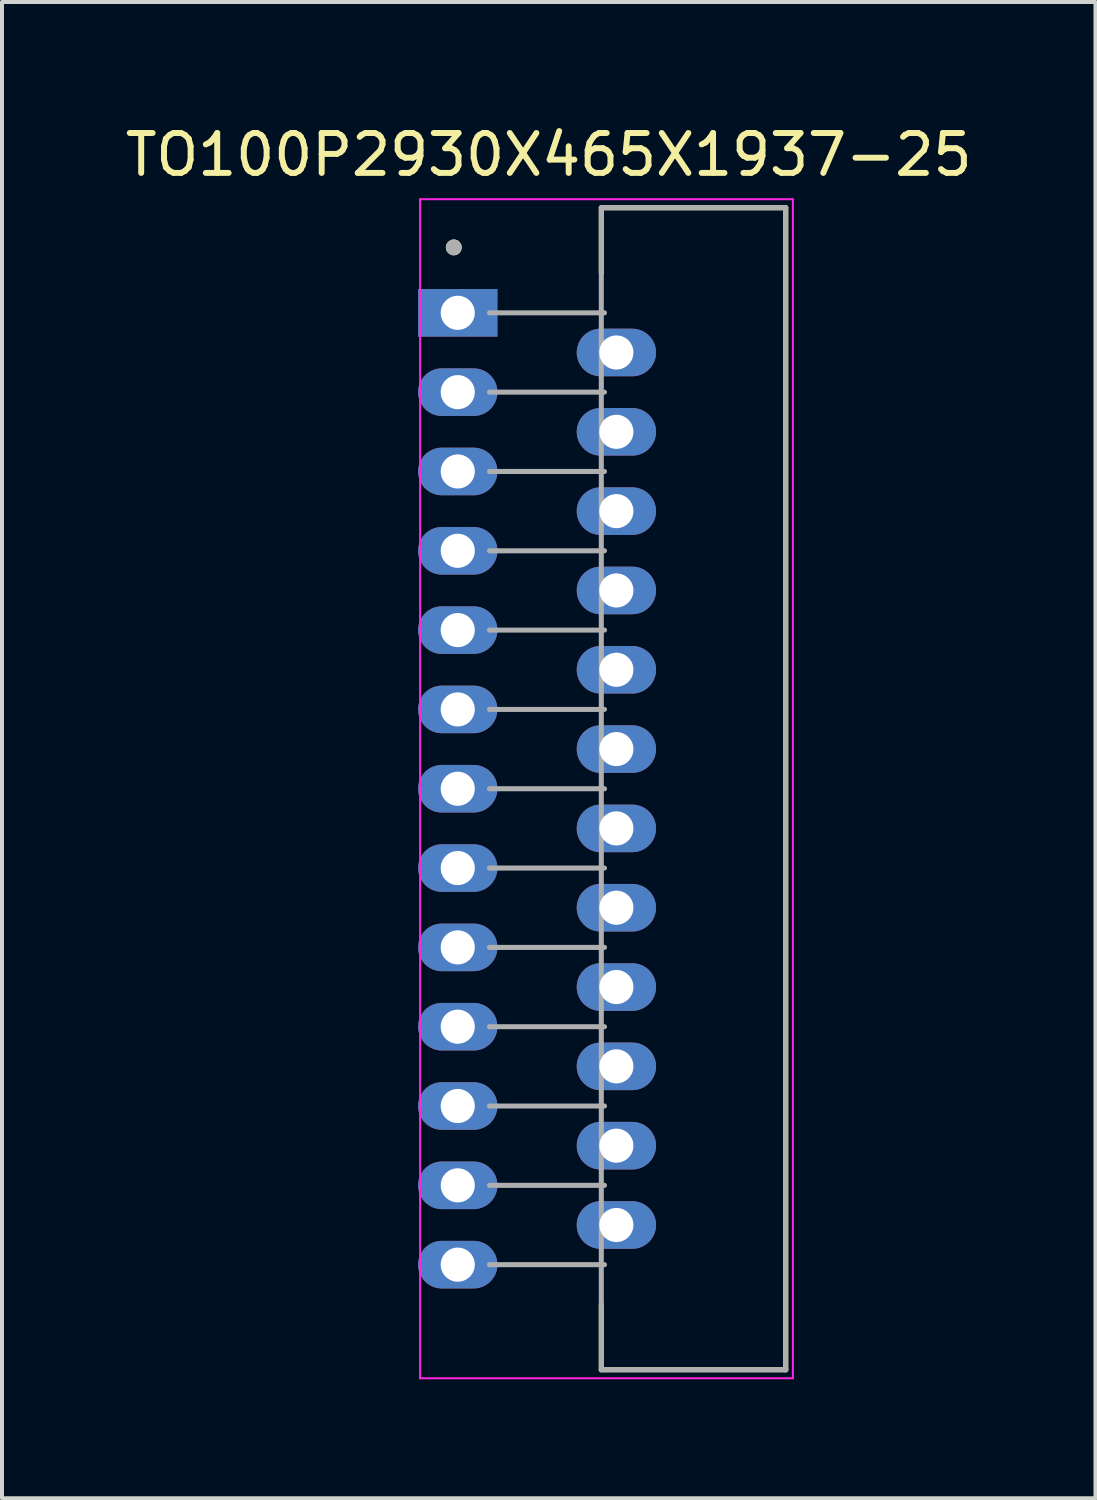
<source format=kicad_pcb>
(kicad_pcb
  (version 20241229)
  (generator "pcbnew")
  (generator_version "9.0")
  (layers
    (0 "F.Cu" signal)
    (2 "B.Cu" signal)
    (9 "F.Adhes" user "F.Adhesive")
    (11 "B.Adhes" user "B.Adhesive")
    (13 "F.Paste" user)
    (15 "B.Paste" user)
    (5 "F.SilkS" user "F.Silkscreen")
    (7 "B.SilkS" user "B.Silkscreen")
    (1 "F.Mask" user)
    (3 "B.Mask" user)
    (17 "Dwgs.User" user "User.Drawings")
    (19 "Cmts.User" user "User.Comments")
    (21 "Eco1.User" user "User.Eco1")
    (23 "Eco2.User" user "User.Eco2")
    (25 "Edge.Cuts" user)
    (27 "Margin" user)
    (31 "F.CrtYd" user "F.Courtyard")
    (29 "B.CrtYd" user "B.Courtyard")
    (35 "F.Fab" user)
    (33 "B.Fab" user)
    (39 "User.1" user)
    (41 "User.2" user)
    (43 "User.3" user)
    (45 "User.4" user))
  (footprint "TO100P2930X465X1937-25"
    (layer "F.Cu")
    (at 8.492 4.838)
    (property "Reference" "TO100P2930X465X1937-25" (at 2.294 -3.986 0) (layer "F.SilkS") (effects (font (size 1.006 1.006) (thickness 0.15))))
    (attr through_hole)
    (fp_line (start 3.62 -2.65) (end 8.27 -2.65) (stroke (width 0.127) (type solid)) (layer "F.SilkS"))
    (fp_line (start 3.62 -1) (end 3.62 -2.65) (stroke (width 0.127) (type solid)) (layer "F.SilkS"))
    (fp_line (start 3.62 25) (end 3.62 26.65) (stroke (width 0.127) (type solid)) (layer "F.SilkS"))
    (fp_line (start 8.27 -2.65) (end 8.27 26.65) (stroke (width 0.127) (type solid)) (layer "F.SilkS"))
    (fp_line (start 8.27 26.65) (end 3.62 26.65) (stroke (width 0.127) (type solid)) (layer "F.SilkS"))
    (fp_circle (center -0.1 -1.65) (end 0 -1.65) (stroke (width 0.2) (type solid)) (fill no) (layer "F.SilkS"))
    (fp_line (start -0.95 -2.865) (end 8.45 -2.865) (stroke (width 0.05) (type solid)) (layer "F.CrtYd"))
    (fp_line (start -0.95 26.865) (end -0.95 -2.865) (stroke (width 0.05) (type solid)) (layer "F.CrtYd"))
    (fp_line (start 8.45 -2.865) (end 8.45 26.865) (stroke (width 0.05) (type solid)) (layer "F.CrtYd"))
    (fp_line (start 8.45 26.865) (end -0.95 26.865) (stroke (width 0.05) (type solid)) (layer "F.CrtYd"))
    (fp_line (start 0.8 0) (end 3.7 0) (stroke (width 0.127) (type solid)) (layer "F.Fab"))
    (fp_line (start 0.8 2) (end 3.7 2) (stroke (width 0.127) (type solid)) (layer "F.Fab"))
    (fp_line (start 0.8 4) (end 3.7 4) (stroke (width 0.127) (type solid)) (layer "F.Fab"))
    (fp_line (start 0.8 6) (end 3.7 6) (stroke (width 0.127) (type solid)) (layer "F.Fab"))
    (fp_line (start 0.8 8) (end 3.7 8) (stroke (width 0.127) (type solid)) (layer "F.Fab"))
    (fp_line (start 0.8 10) (end 3.7 10) (stroke (width 0.127) (type solid)) (layer "F.Fab"))
    (fp_line (start 0.8 12) (end 3.7 12) (stroke (width 0.127) (type solid)) (layer "F.Fab"))
    (fp_line (start 0.8 14) (end 3.7 14) (stroke (width 0.127) (type solid)) (layer "F.Fab"))
    (fp_line (start 0.8 16) (end 3.7 16) (stroke (width 0.127) (type solid)) (layer "F.Fab"))
    (fp_line (start 0.8 18) (end 3.7 18) (stroke (width 0.127) (type solid)) (layer "F.Fab"))
    (fp_line (start 0.8 20) (end 3.7 20) (stroke (width 0.127) (type solid)) (layer "F.Fab"))
    (fp_line (start 0.8 22) (end 3.7 22) (stroke (width 0.127) (type solid)) (layer "F.Fab"))
    (fp_line (start 0.8 24) (end 3.7 24) (stroke (width 0.127) (type solid)) (layer "F.Fab"))
    (fp_line (start 3.62 -2.65) (end 8.27 -2.65) (stroke (width 0.127) (type solid)) (layer "F.Fab"))
    (fp_line (start 3.62 26.65) (end 3.62 -2.65) (stroke (width 0.127) (type solid)) (layer "F.Fab"))
    (fp_line (start 8.27 -2.65) (end 8.27 26.65) (stroke (width 0.127) (type solid)) (layer "F.Fab"))
    (fp_line (start 8.27 26.65) (end 3.62 26.65) (stroke (width 0.127) (type solid)) (layer "F.Fab"))
    (fp_circle (center -0.1 -1.65) (end 0 -1.65) (stroke (width 0.2) (type solid)) (fill no) (layer "F.Fab"))
    (pad "1" thru_hole rect (at 0 0) (size 2 1.2) (drill 0.86) (layers "*.Cu" "*.Mask"))
    (pad "2" thru_hole oval (at 4 1) (size 2 1.2) (drill 0.86) (layers "*.Cu" "*.Mask"))
    (pad "3" thru_hole oval (at 0 2) (size 2 1.2) (drill 0.86) (layers "*.Cu" "*.Mask"))
    (pad "4" thru_hole oval (at 4 3) (size 2 1.2) (drill 0.86) (layers "*.Cu" "*.Mask"))
    (pad "5" thru_hole oval (at 0 4) (size 2 1.2) (drill 0.86) (layers "*.Cu" "*.Mask"))
    (pad "6" thru_hole oval (at 4 5) (size 2 1.2) (drill 0.86) (layers "*.Cu" "*.Mask"))
    (pad "7" thru_hole oval (at 0 6) (size 2 1.2) (drill 0.86) (layers "*.Cu" "*.Mask"))
    (pad "8" thru_hole oval (at 4 7) (size 2 1.2) (drill 0.86) (layers "*.Cu" "*.Mask"))
    (pad "9" thru_hole oval (at 0 8) (size 2 1.2) (drill 0.86) (layers "*.Cu" "*.Mask"))
    (pad "10" thru_hole oval (at 4 9) (size 2 1.2) (drill 0.86) (layers "*.Cu" "*.Mask"))
    (pad "11" thru_hole oval (at 0 10) (size 2 1.2) (drill 0.86) (layers "*.Cu" "*.Mask"))
    (pad "12" thru_hole oval (at 4 11) (size 2 1.2) (drill 0.86) (layers "*.Cu" "*.Mask"))
    (pad "13" thru_hole oval (at 0 12) (size 2 1.2) (drill 0.86) (layers "*.Cu" "*.Mask"))
    (pad "14" thru_hole oval (at 4 13) (size 2 1.2) (drill 0.86) (layers "*.Cu" "*.Mask"))
    (pad "15" thru_hole oval (at 0 14) (size 2 1.2) (drill 0.86) (layers "*.Cu" "*.Mask"))
    (pad "16" thru_hole oval (at 4 15) (size 2 1.2) (drill 0.86) (layers "*.Cu" "*.Mask"))
    (pad "17" thru_hole oval (at 0 16) (size 2 1.2) (drill 0.86) (layers "*.Cu" "*.Mask"))
    (pad "18" thru_hole oval (at 4 17) (size 2 1.2) (drill 0.86) (layers "*.Cu" "*.Mask"))
    (pad "19" thru_hole oval (at 0 18) (size 2 1.2) (drill 0.86) (layers "*.Cu" "*.Mask"))
    (pad "20" thru_hole oval (at 4 19) (size 2 1.2) (drill 0.86) (layers "*.Cu" "*.Mask"))
    (pad "21" thru_hole oval (at 0 20) (size 2 1.2) (drill 0.86) (layers "*.Cu" "*.Mask"))
    (pad "22" thru_hole oval (at 4 21) (size 2 1.2) (drill 0.86) (layers "*.Cu" "*.Mask"))
    (pad "23" thru_hole oval (at 0 22) (size 2 1.2) (drill 0.86) (layers "*.Cu" "*.Mask"))
    (pad "24" thru_hole oval (at 4 23) (size 2 1.2) (drill 0.86) (layers "*.Cu" "*.Mask"))
    (pad "25" thru_hole oval (at 0 24) (size 2 1.2) (drill 0.86) (layers "*.Cu" "*.Mask")))
  (gr_rect
    (start -3 -3)
    (end 24.572 34.728)
    (stroke (width 0.1) (type default))
    (fill no)
    (layer "Edge.Cuts")))
</source>
